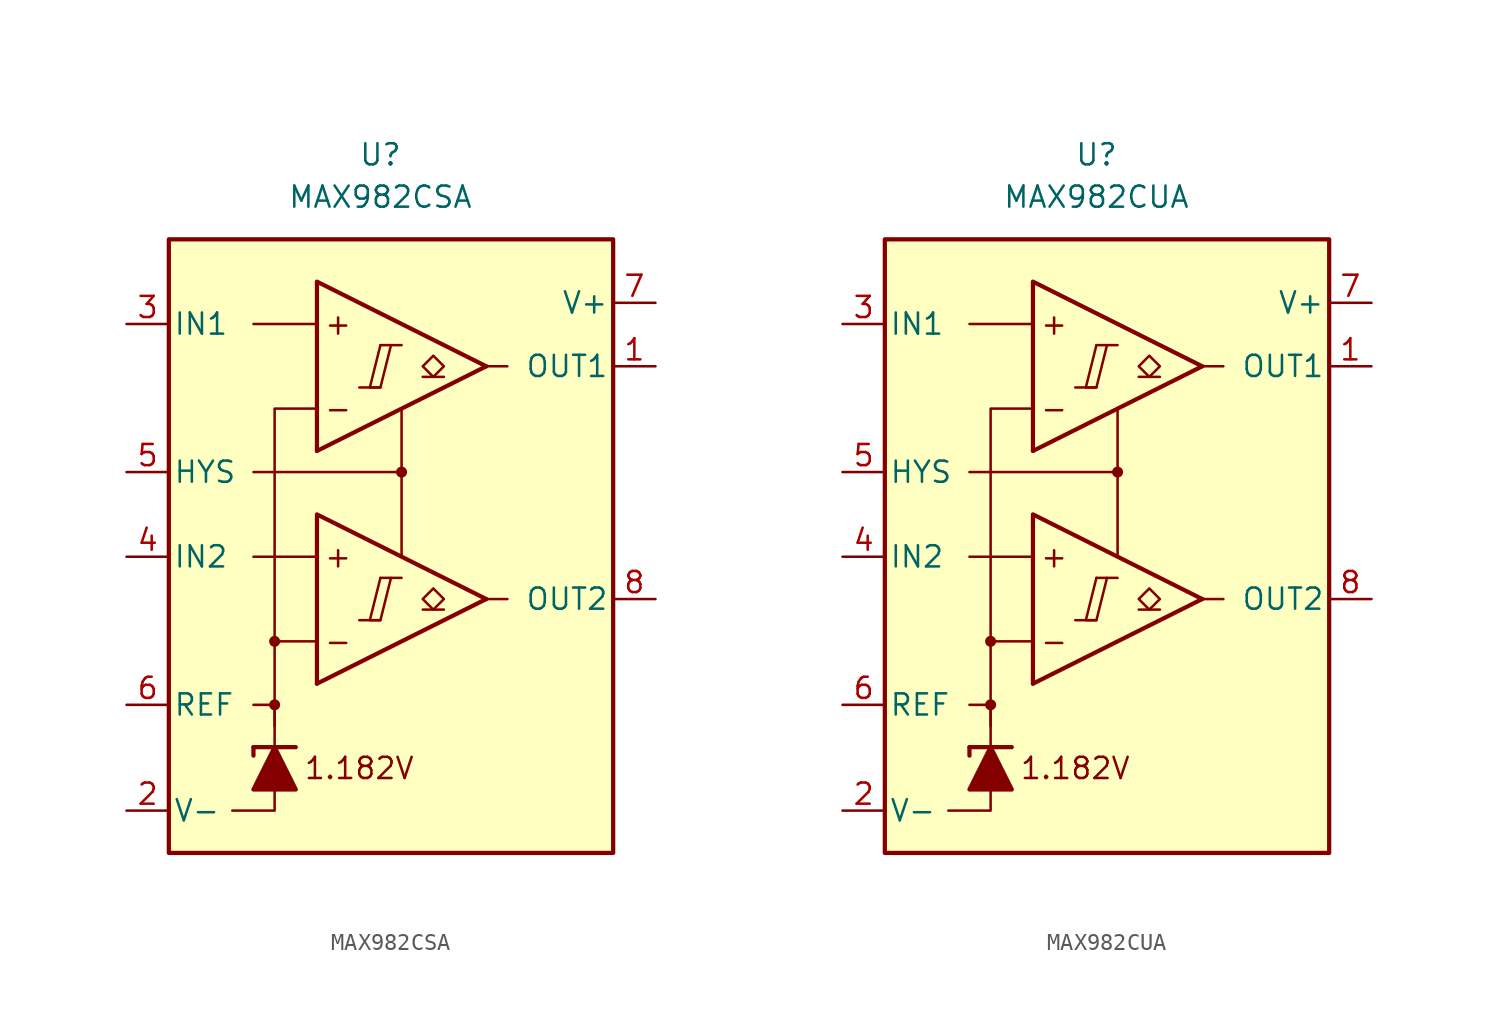
<source format=kicad_sym>
(kicad_symbol_lib
  (version 20211014)
  (generator kicad_symbol_editor)
  (symbol "MAX982CSA"
    (pin_names
      (offset 0.254))
    (property "Reference" "U"
      (at -1.27 22.86 0)
      (effects (font (size 1.27 1.27))))
    (property "Value" "MAX982CSA"
      (at -1.27 20.32 0)
      (effects (font (size 1.27 1.27))))
    (symbol "MAX982CSA_0_0"
      (rectangle (start -13.97 17.78) (end 12.7 -19.05) (stroke (width 0.254) (type default) (color 0 0 0 0)) (fill (type background)))
      (circle (center -7.62 -10.16) (radius 0.254) (stroke (width 0.152) (type default) (color 0 0 0 0)) (fill (type outline)))
      (circle (center -7.62 -6.35) (radius 0.254) (stroke (width 0.152) (type default) (color 0 0 0 0)) (fill (type outline)))
      (polyline (pts (xy -2.54 -5.08) (xy -1.27 -5.08)) (stroke (width 0.152) (type default) (color 0 0 0 0)) (fill (type none)))
      (polyline (pts (xy -2.54 8.89) (xy -1.27 8.89)) (stroke (width 0.152) (type default) (color 0 0 0 0)) (fill (type none)))
      (polyline (pts (xy -1.27 -2.54) (xy 0 -2.54)) (stroke (width 0.152) (type default) (color 0 0 0 0)) (fill (type none)))
      (polyline (pts (xy -1.27 11.43) (xy 0 11.43)) (stroke (width 0.152) (type default) (color 0 0 0 0)) (fill (type none)))
      (polyline (pts (xy 5.08 -3.81) (xy -5.08 -8.89)) (stroke (width 0.254) (type default) (color 0 0 0 0)) (fill (type none)))
      (polyline (pts (xy 5.08 10.16) (xy -5.08 5.08)) (stroke (width 0.254) (type default) (color 0 0 0 0)) (fill (type none)))
      (polyline (pts (xy 5.08 -3.81) (xy -5.08 1.27) (xy -5.08 -8.89)) (stroke (width 0.254) (type default) (color 0 0 0 0)) (fill (type background)))
      (polyline (pts (xy 5.08 10.16) (xy -5.08 15.24) (xy -5.08 5.08)) (stroke (width 0.254) (type default) (color 0 0 0 0)) (fill (type background)))
      (polyline (pts (xy -1.27 -2.54) (xy -1.905 -5.08) (xy -1.27 -5.08) (xy -0.635 -2.54)) (stroke (width 0.152) (type default) (color 0 0 0 0)) (fill (type none)))
      (polyline (pts (xy -1.27 11.43) (xy -1.905 8.89) (xy -1.27 8.89) (xy -0.635 11.43)) (stroke (width 0.152) (type default) (color 0 0 0 0)) (fill (type none)))
      (circle (center 0 3.81) (radius 0.254) (stroke (width 0.152) (type default) (color 0 0 0 0)) (fill (type outline)))
      (text "+" (at -3.81 -1.27 0) (effects (font (size 1.27 1.27))))
      (text "+" (at -3.81 12.7 0) (effects (font (size 1.27 1.27))))
      (text "-" (at -3.81 -6.35 0) (effects (font (size 1.27 1.27))))
      (text "-" (at -3.81 7.62 0) (effects (font (size 1.27 1.27))))
      (text "1.182V" (at -2.54 -13.97 0) (effects (font (size 1.27 1.27)))))
    (symbol "MAX982CSA_0_1"
      (polyline (pts (xy -8.89 -12.7) (xy -8.89 -13.208)) (stroke (width 0.254) (type default) (color 0 0 0 0)) (fill (type none)))
      (polyline (pts (xy -8.89 -12.7) (xy -6.35 -12.7)) (stroke (width 0.254) (type default) (color 0 0 0 0)) (fill (type none)))
      (polyline (pts (xy -5.08 -1.27) (xy -8.89 -1.27)) (stroke (width 0) (type default) (color 0 0 0 0)) (fill (type none)))
      (polyline (pts (xy -5.08 12.7) (xy -8.89 12.7)) (stroke (width 0) (type default) (color 0 0 0 0)) (fill (type none)))
      (polyline (pts (xy 0 3.81) (xy 0 -1.27)) (stroke (width 0) (type default) (color 0 0 0 0)) (fill (type none)))
      (polyline (pts (xy 5.08 -3.81) (xy 6.35 -3.81)) (stroke (width 0) (type default) (color 0 0 0 0)) (fill (type none)))
      (polyline (pts (xy 5.08 10.16) (xy 6.35 10.16)) (stroke (width 0) (type default) (color 0 0 0 0)) (fill (type none)))
      (polyline (pts (xy -7.62 -15.24) (xy -7.62 -16.51) (xy -10.16 -16.51)) (stroke (width 0) (type default) (color 0 0 0 0)) (fill (type none)))
      (polyline (pts (xy -7.62 -12.7) (xy -7.62 -10.16) (xy -8.89 -10.16)) (stroke (width 0) (type default) (color 0 0 0 0)) (fill (type none)))
      (polyline (pts (xy -7.62 -11.43) (xy -7.62 -6.35) (xy -5.08 -6.35)) (stroke (width 0) (type default) (color 0 0 0 0)) (fill (type none)))
      (polyline (pts (xy -7.62 -6.35) (xy -7.62 7.62) (xy -5.08 7.62)) (stroke (width 0) (type default) (color 0 0 0 0)) (fill (type none)))
      (polyline (pts (xy 0 7.62) (xy 0 3.81) (xy -8.89 3.81)) (stroke (width 0) (type default) (color 0 0 0 0)) (fill (type none)))
      (polyline (pts (xy -6.35 -15.24) (xy -8.89 -15.24) (xy -7.62 -12.7) (xy -6.35 -15.24)) (stroke (width 0.254) (type default) (color 0 0 0 0)) (fill (type outline))))
    (symbol "MAX982CSA_1_1"
      (polyline (pts (xy 2.54 -4.445) (xy 1.27 -4.445)) (stroke (width 0.152) (type default) (color 0 0 0 0)) (fill (type none)))
      (polyline (pts (xy 2.54 9.525) (xy 1.27 9.525)) (stroke (width 0.152) (type default) (color 0 0 0 0)) (fill (type none)))
      (polyline (pts (xy 1.905 -4.445) (xy 1.27 -3.81) (xy 1.905 -3.175) (xy 2.54 -3.81) (xy 1.905 -4.445)) (stroke (width 0.152) (type default) (color 0 0 0 0)) (fill (type none)))
      (polyline (pts (xy 1.905 9.525) (xy 1.27 10.16) (xy 1.905 10.795) (xy 2.54 10.16) (xy 1.905 9.525)) (stroke (width 0.152) (type default) (color 0 0 0 0)) (fill (type none)))
      (pin output line (at 15.24 10.16 180) (length 2.54) (name "OUT1" (effects (font (size 1.27 1.27)))) (number "1" (effects (font (size 1.27 1.27)))))
      (pin power_in line (at -16.51 -16.51 0) (length 2.54) (name "V-" (effects (font (size 1.27 1.27)))) (number "2" (effects (font (size 1.27 1.27)))))
      (pin input line (at -16.51 12.7 0) (length 2.54) (name "IN1" (effects (font (size 1.27 1.27)))) (number "3" (effects (font (size 1.27 1.27)))))
      (pin input line (at -16.51 -1.27 0) (length 2.54) (name "IN2" (effects (font (size 1.27 1.27)))) (number "4" (effects (font (size 1.27 1.27)))))
      (pin input line (at -16.51 3.81 0) (length 2.54) (name "HYS" (effects (font (size 1.27 1.27)))) (number "5" (effects (font (size 1.27 1.27)))))
      (pin output line (at -16.51 -10.16 0) (length 2.54) (name "REF" (effects (font (size 1.27 1.27)))) (number "6" (effects (font (size 1.27 1.27)))))
      (pin power_in line (at 15.24 13.97 180) (length 2.54) (name "V+" (effects (font (size 1.27 1.27)))) (number "7" (effects (font (size 1.27 1.27)))))
      (pin output line (at 15.24 -3.81 180) (length 2.54) (name "OUT2" (effects (font (size 1.27 1.27)))) (number "8" (effects (font (size 1.27 1.27)))))))
  (symbol "MAX982CUA"
    (pin_names
      (offset 0.254))
    (property "Reference" "U"
      (at -1.27 22.86 0)
      (effects (font (size 1.27 1.27))))
    (property "Value" "MAX982CUA"
      (at -1.27 20.32 0)
      (effects (font (size 1.27 1.27))))
    (symbol "MAX982CUA_0_0"
      (rectangle (start -13.97 17.78) (end 12.7 -19.05) (stroke (width 0.254) (type default) (color 0 0 0 0)) (fill (type background)))
      (circle (center -7.62 -10.16) (radius 0.254) (stroke (width 0.152) (type default) (color 0 0 0 0)) (fill (type outline)))
      (circle (center -7.62 -6.35) (radius 0.254) (stroke (width 0.152) (type default) (color 0 0 0 0)) (fill (type outline)))
      (polyline (pts (xy -2.54 -5.08) (xy -1.27 -5.08)) (stroke (width 0.152) (type default) (color 0 0 0 0)) (fill (type none)))
      (polyline (pts (xy -2.54 8.89) (xy -1.27 8.89)) (stroke (width 0.152) (type default) (color 0 0 0 0)) (fill (type none)))
      (polyline (pts (xy -1.27 -2.54) (xy 0 -2.54)) (stroke (width 0.152) (type default) (color 0 0 0 0)) (fill (type none)))
      (polyline (pts (xy -1.27 11.43) (xy 0 11.43)) (stroke (width 0.152) (type default) (color 0 0 0 0)) (fill (type none)))
      (polyline (pts (xy 5.08 -3.81) (xy -5.08 -8.89)) (stroke (width 0.254) (type default) (color 0 0 0 0)) (fill (type none)))
      (polyline (pts (xy 5.08 10.16) (xy -5.08 5.08)) (stroke (width 0.254) (type default) (color 0 0 0 0)) (fill (type none)))
      (polyline (pts (xy 5.08 -3.81) (xy -5.08 1.27) (xy -5.08 -8.89)) (stroke (width 0.254) (type default) (color 0 0 0 0)) (fill (type background)))
      (polyline (pts (xy 5.08 10.16) (xy -5.08 15.24) (xy -5.08 5.08)) (stroke (width 0.254) (type default) (color 0 0 0 0)) (fill (type background)))
      (polyline (pts (xy -1.27 -2.54) (xy -1.905 -5.08) (xy -1.27 -5.08) (xy -0.635 -2.54)) (stroke (width 0.152) (type default) (color 0 0 0 0)) (fill (type none)))
      (polyline (pts (xy -1.27 11.43) (xy -1.905 8.89) (xy -1.27 8.89) (xy -0.635 11.43)) (stroke (width 0.152) (type default) (color 0 0 0 0)) (fill (type none)))
      (circle (center 0 3.81) (radius 0.254) (stroke (width 0.152) (type default) (color 0 0 0 0)) (fill (type outline)))
      (text "+" (at -3.81 -1.27 0) (effects (font (size 1.27 1.27))))
      (text "+" (at -3.81 12.7 0) (effects (font (size 1.27 1.27))))
      (text "-" (at -3.81 -6.35 0) (effects (font (size 1.27 1.27))))
      (text "-" (at -3.81 7.62 0) (effects (font (size 1.27 1.27))))
      (text "1.182V" (at -2.54 -13.97 0) (effects (font (size 1.27 1.27)))))
    (symbol "MAX982CUA_0_1"
      (polyline (pts (xy -8.89 -12.7) (xy -8.89 -13.208)) (stroke (width 0.254) (type default) (color 0 0 0 0)) (fill (type none)))
      (polyline (pts (xy -8.89 -12.7) (xy -6.35 -12.7)) (stroke (width 0.254) (type default) (color 0 0 0 0)) (fill (type none)))
      (polyline (pts (xy -5.08 -1.27) (xy -8.89 -1.27)) (stroke (width 0) (type default) (color 0 0 0 0)) (fill (type none)))
      (polyline (pts (xy -5.08 12.7) (xy -8.89 12.7)) (stroke (width 0) (type default) (color 0 0 0 0)) (fill (type none)))
      (polyline (pts (xy 0 3.81) (xy 0 -1.27)) (stroke (width 0) (type default) (color 0 0 0 0)) (fill (type none)))
      (polyline (pts (xy 5.08 -3.81) (xy 6.35 -3.81)) (stroke (width 0) (type default) (color 0 0 0 0)) (fill (type none)))
      (polyline (pts (xy 5.08 10.16) (xy 6.35 10.16)) (stroke (width 0) (type default) (color 0 0 0 0)) (fill (type none)))
      (polyline (pts (xy -7.62 -15.24) (xy -7.62 -16.51) (xy -10.16 -16.51)) (stroke (width 0) (type default) (color 0 0 0 0)) (fill (type none)))
      (polyline (pts (xy -7.62 -12.7) (xy -7.62 -10.16) (xy -8.89 -10.16)) (stroke (width 0) (type default) (color 0 0 0 0)) (fill (type none)))
      (polyline (pts (xy -7.62 -11.43) (xy -7.62 -6.35) (xy -5.08 -6.35)) (stroke (width 0) (type default) (color 0 0 0 0)) (fill (type none)))
      (polyline (pts (xy -7.62 -6.35) (xy -7.62 7.62) (xy -5.08 7.62)) (stroke (width 0) (type default) (color 0 0 0 0)) (fill (type none)))
      (polyline (pts (xy 0 7.62) (xy 0 3.81) (xy -8.89 3.81)) (stroke (width 0) (type default) (color 0 0 0 0)) (fill (type none)))
      (polyline (pts (xy -6.35 -15.24) (xy -8.89 -15.24) (xy -7.62 -12.7) (xy -6.35 -15.24)) (stroke (width 0.254) (type default) (color 0 0 0 0)) (fill (type outline))))
    (symbol "MAX982CUA_1_1"
      (polyline (pts (xy 2.54 -4.445) (xy 1.27 -4.445)) (stroke (width 0.152) (type default) (color 0 0 0 0)) (fill (type none)))
      (polyline (pts (xy 2.54 9.525) (xy 1.27 9.525)) (stroke (width 0.152) (type default) (color 0 0 0 0)) (fill (type none)))
      (polyline (pts (xy 1.905 -4.445) (xy 1.27 -3.81) (xy 1.905 -3.175) (xy 2.54 -3.81) (xy 1.905 -4.445)) (stroke (width 0.152) (type default) (color 0 0 0 0)) (fill (type none)))
      (polyline (pts (xy 1.905 9.525) (xy 1.27 10.16) (xy 1.905 10.795) (xy 2.54 10.16) (xy 1.905 9.525)) (stroke (width 0.152) (type default) (color 0 0 0 0)) (fill (type none)))
      (pin output line (at 15.24 10.16 180) (length 2.54) (name "OUT1" (effects (font (size 1.27 1.27)))) (number "1" (effects (font (size 1.27 1.27)))))
      (pin power_in line (at -16.51 -16.51 0) (length 2.54) (name "V-" (effects (font (size 1.27 1.27)))) (number "2" (effects (font (size 1.27 1.27)))))
      (pin input line (at -16.51 12.7 0) (length 2.54) (name "IN1" (effects (font (size 1.27 1.27)))) (number "3" (effects (font (size 1.27 1.27)))))
      (pin input line (at -16.51 -1.27 0) (length 2.54) (name "IN2" (effects (font (size 1.27 1.27)))) (number "4" (effects (font (size 1.27 1.27)))))
      (pin input line (at -16.51 3.81 0) (length 2.54) (name "HYS" (effects (font (size 1.27 1.27)))) (number "5" (effects (font (size 1.27 1.27)))))
      (pin output line (at -16.51 -10.16 0) (length 2.54) (name "REF" (effects (font (size 1.27 1.27)))) (number "6" (effects (font (size 1.27 1.27)))))
      (pin power_in line (at 15.24 13.97 180) (length 2.54) (name "V+" (effects (font (size 1.27 1.27)))) (number "7" (effects (font (size 1.27 1.27)))))
      (pin output line (at 15.24 -3.81 180) (length 2.54) (name "OUT2" (effects (font (size 1.27 1.27)))) (number "8" (effects (font (size 1.27 1.27))))))))
</source>
